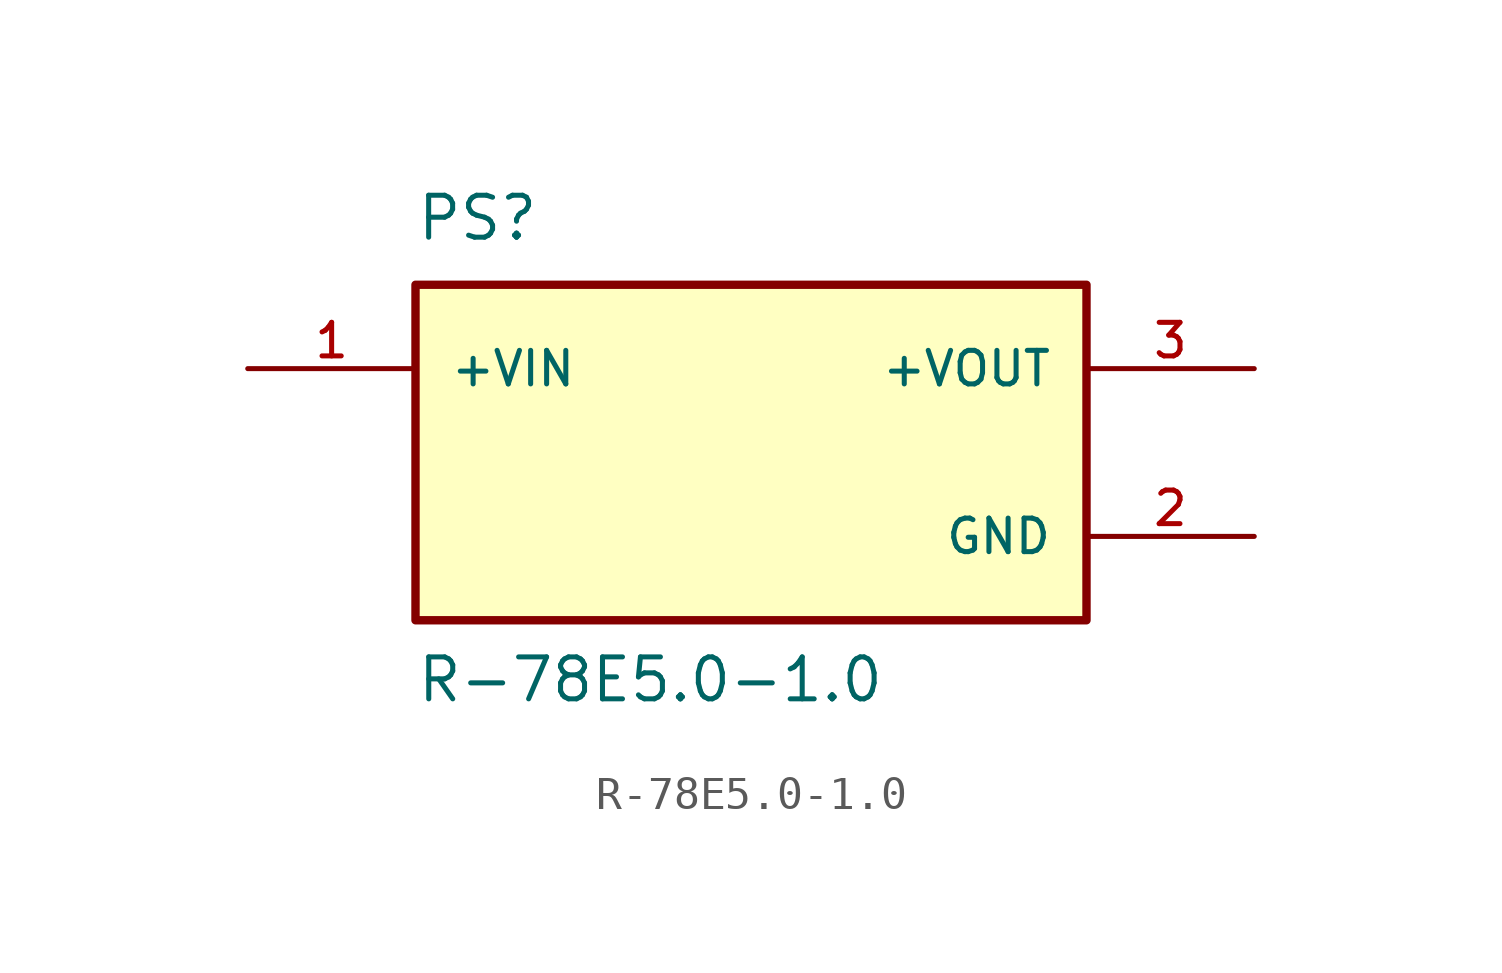
<source format=kicad_sym>
(kicad_symbol_lib
  (version 20241209)
  (generator "kicad_symbol_editor")
  (generator_version "9.0")
  (symbol "R-78E5.0-1.0"
    (pin_names
      (offset 1.016))
    (property "Reference" "PS"
      (at -10.164 6.358 0)
      (effects (font (size 1.27 1.27)) (justify left bottom)))
    (property "Value" "R-78E5.0-1.0"
      (at -10.161 -7.623 0)
      (effects (font (size 1.27 1.27)) (justify left bottom)))
    (symbol "R-78E5.0-1.0_0_0"
      (rectangle (start -10.16 -5.08) (end 10.16 5.08) (stroke (width 0.254) (type default)) (fill (type background)))
      (pin input line (at -15.24 2.54 0) (length 5.08) (name "+VIN" (effects (font (size 1.016 1.016)))) (number "1" (effects (font (size 1.016 1.016)))))
      (pin output line (at 15.24 2.54 180) (length 5.08) (name "+VOUT" (effects (font (size 1.016 1.016)))) (number "3" (effects (font (size 1.016 1.016)))))
      (pin power_in line (at 15.24 -2.54 180) (length 5.08) (name "GND" (effects (font (size 1.016 1.016)))) (number "2" (effects (font (size 1.016 1.016))))))))
</source>
